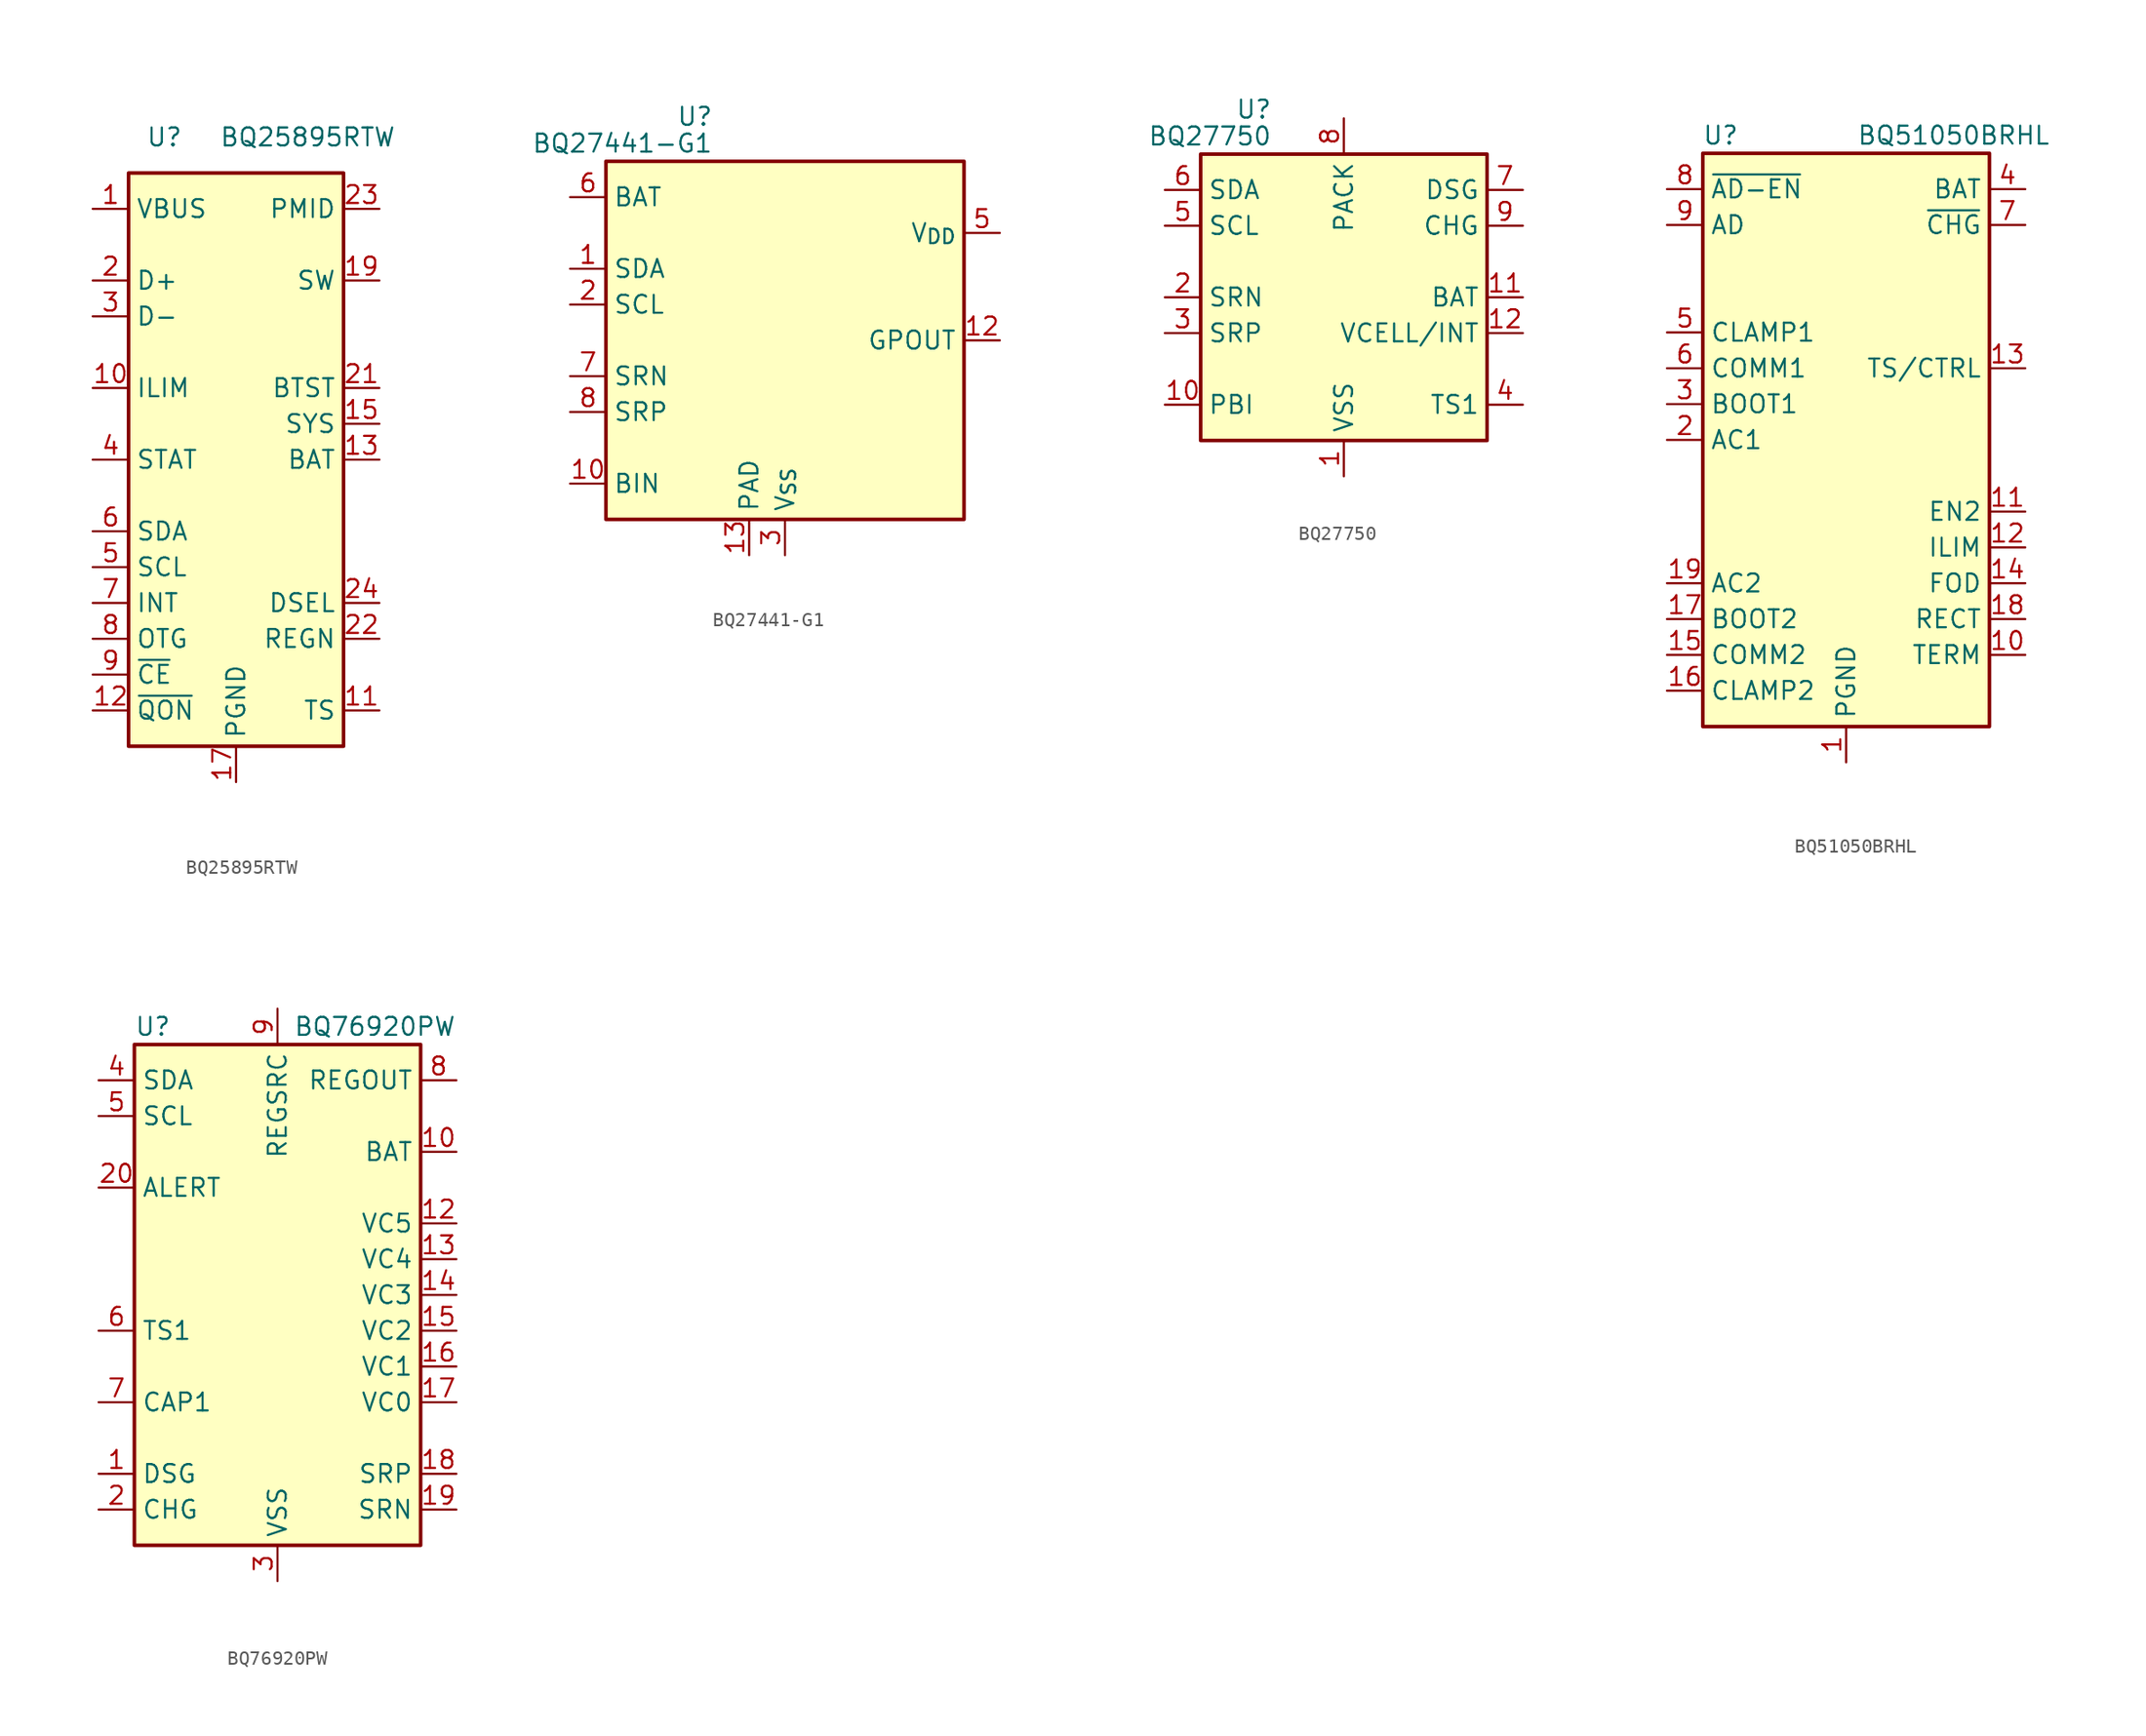
<source format=kicad_sym>
(kicad_symbol_lib
  (version 20241209)
  (generator "kicad_symbol_editor")
  (generator_version "9.0")
  (symbol "BQ25895RTW"
    (property "Reference" "U"
      (at -5.08 22.86 0)
      (effects (font (size 1.27 1.27))))
    (property "Value" "BQ25895RTW"
      (at 5.08 22.86 0)
      (effects (font (size 1.27 1.27))))
    (symbol "BQ25895RTW_0_1"
      (rectangle (start -7.62 20.32) (end 7.62 -20.32) (stroke (width 0.254) (type default)) (fill (type background))))
    (symbol "BQ25895RTW_1_1"
      (pin power_in line (at -10.16 17.78 0) (length 2.54) (name "VBUS" (effects (font (size 1.27 1.27)))) (number "1" (effects (font (size 1.27 1.27)))))
      (pin bidirectional line (at -10.16 12.7 0) (length 2.54) (name "D+" (effects (font (size 1.27 1.27)))) (number "2" (effects (font (size 1.27 1.27)))))
      (pin bidirectional line (at -10.16 10.16 0) (length 2.54) (name "D-" (effects (font (size 1.27 1.27)))) (number "3" (effects (font (size 1.27 1.27)))))
      (pin passive line (at -10.16 5.08 0) (length 2.54) (name "ILIM" (effects (font (size 1.27 1.27)))) (number "10" (effects (font (size 1.27 1.27)))))
      (pin open_collector line (at -10.16 0 0) (length 2.54) (name "STAT" (effects (font (size 1.27 1.27)))) (number "4" (effects (font (size 1.27 1.27)))))
      (pin bidirectional line (at -10.16 -5.08 0) (length 2.54) (name "SDA" (effects (font (size 1.27 1.27)))) (number "6" (effects (font (size 1.27 1.27)))))
      (pin input line (at -10.16 -7.62 0) (length 2.54) (name "SCL" (effects (font (size 1.27 1.27)))) (number "5" (effects (font (size 1.27 1.27)))))
      (pin open_collector line (at -10.16 -10.16 0) (length 2.54) (name "INT" (effects (font (size 1.27 1.27)))) (number "7" (effects (font (size 1.27 1.27)))))
      (pin input line (at -10.16 -12.7 0) (length 2.54) (name "OTG" (effects (font (size 1.27 1.27)))) (number "8" (effects (font (size 1.27 1.27)))))
      (pin input line (at -10.16 -15.24 0) (length 2.54) (name "~{CE}" (effects (font (size 1.27 1.27)))) (number "9" (effects (font (size 1.27 1.27)))))
      (pin input line (at -10.16 -17.78 0) (length 2.54) (name "~{QON}" (effects (font (size 1.27 1.27)))) (number "12" (effects (font (size 1.27 1.27)))))
      (pin power_in line (at 0 -22.86 90) (length 2.54) (name "PGND" (effects (font (size 1.27 1.27)))) (number "17" (effects (font (size 1.27 1.27)))))
      (pin passive line (at 0 -22.86 90) (length 2.54) (hide yes) (name "PGND" (effects (font (size 1.27 1.27)))) (number "18" (effects (font (size 1.27 1.27)))))
      (pin passive line (at 0 -22.86 90) (length 2.54) (hide yes) (name "PGND" (effects (font (size 1.27 1.27)))) (number "25" (effects (font (size 1.27 1.27)))))
      (pin power_out line (at 10.16 17.78 180) (length 2.54) (name "PMID" (effects (font (size 1.27 1.27)))) (number "23" (effects (font (size 1.27 1.27)))))
      (pin power_out line (at 10.16 12.7 180) (length 2.54) (name "SW" (effects (font (size 1.27 1.27)))) (number "19" (effects (font (size 1.27 1.27)))))
      (pin passive line (at 10.16 12.7 180) (length 2.54) (hide yes) (name "SW" (effects (font (size 1.27 1.27)))) (number "20" (effects (font (size 1.27 1.27)))))
      (pin passive line (at 10.16 5.08 180) (length 2.54) (name "BTST" (effects (font (size 1.27 1.27)))) (number "21" (effects (font (size 1.27 1.27)))))
      (pin passive line (at 10.16 2.54 180) (length 2.54) (name "SYS" (effects (font (size 1.27 1.27)))) (number "15" (effects (font (size 1.27 1.27)))))
      (pin passive line (at 10.16 2.54 180) (length 2.54) (hide yes) (name "SYS" (effects (font (size 1.27 1.27)))) (number "16" (effects (font (size 1.27 1.27)))))
      (pin passive line (at 10.16 0 180) (length 2.54) (name "BAT" (effects (font (size 1.27 1.27)))) (number "13" (effects (font (size 1.27 1.27)))))
      (pin passive line (at 10.16 0 180) (length 2.54) (hide yes) (name "BAT" (effects (font (size 1.27 1.27)))) (number "14" (effects (font (size 1.27 1.27)))))
      (pin open_collector line (at 10.16 -10.16 180) (length 2.54) (name "DSEL" (effects (font (size 1.27 1.27)))) (number "24" (effects (font (size 1.27 1.27)))))
      (pin passive line (at 10.16 -12.7 180) (length 2.54) (name "REGN" (effects (font (size 1.27 1.27)))) (number "22" (effects (font (size 1.27 1.27)))))
      (pin passive line (at 10.16 -17.78 180) (length 2.54) (name "TS" (effects (font (size 1.27 1.27)))) (number "11" (effects (font (size 1.27 1.27)))))))
  (symbol "BQ27441-G1"
    (property "Reference" "U"
      (at -5.08 15.875 0)
      (effects (font (size 1.27 1.27)) (justify right)))
    (property "Value" "BQ27441-G1"
      (at -5.08 13.97 0)
      (effects (font (size 1.27 1.27)) (justify right)))
    (symbol "BQ27441-G1_0_1"
      (rectangle (start -12.7 12.7) (end 12.7 -12.7) (stroke (width 0.254) (type default)) (fill (type background))))
    (symbol "BQ27441-G1_1_1"
      (pin power_in line (at -15.24 10.16 0) (length 2.54) (name "BAT" (effects (font (size 1.27 1.27)))) (number "6" (effects (font (size 1.27 1.27)))))
      (pin bidirectional line (at -15.24 5.08 0) (length 2.54) (name "SDA" (effects (font (size 1.27 1.27)))) (number "1" (effects (font (size 1.27 1.27)))))
      (pin input line (at -15.24 2.54 0) (length 2.54) (name "SCL" (effects (font (size 1.27 1.27)))) (number "2" (effects (font (size 1.27 1.27)))))
      (pin input line (at -15.24 -2.54 0) (length 2.54) (name "SRN" (effects (font (size 1.27 1.27)))) (number "7" (effects (font (size 1.27 1.27)))))
      (pin input line (at -15.24 -5.08 0) (length 2.54) (name "SRP" (effects (font (size 1.27 1.27)))) (number "8" (effects (font (size 1.27 1.27)))))
      (pin input line (at -15.24 -10.16 0) (length 2.54) (name "BIN" (effects (font (size 1.27 1.27)))) (number "10" (effects (font (size 1.27 1.27)))))
      (pin power_in line (at -2.54 -15.24 90) (length 2.54) (name "PAD" (effects (font (size 1.27 1.27)))) (number "13" (effects (font (size 1.27 1.27)))))
      (pin power_in line (at 0 -15.24 90) (length 2.54) (name "V_{SS}" (effects (font (size 1.27 1.27)))) (number "3" (effects (font (size 1.27 1.27)))))
      (pin no_connect line (at 10.16 -2.54 180) (length 2.54) (hide yes) (name "NC" (effects (font (size 1.27 1.27)))) (number "11" (effects (font (size 1.27 1.27)))))
      (pin no_connect line (at 10.16 -5.08 180) (length 2.54) (hide yes) (name "NC" (effects (font (size 1.27 1.27)))) (number "9" (effects (font (size 1.27 1.27)))))
      (pin no_connect line (at 10.16 -7.62 180) (length 2.54) (hide yes) (name "NC" (effects (font (size 1.27 1.27)))) (number "4" (effects (font (size 1.27 1.27)))))
      (pin power_out line (at 15.24 7.62 180) (length 2.54) (name "V_{DD}" (effects (font (size 1.27 1.27)))) (number "5" (effects (font (size 1.27 1.27)))))
      (pin output line (at 15.24 0 180) (length 2.54) (name "GPOUT" (effects (font (size 1.27 1.27)))) (number "12" (effects (font (size 1.27 1.27)))))))
  (symbol "BQ27750"
    (property "Reference" "U"
      (at -5.08 13.335 0)
      (effects (font (size 1.27 1.27)) (justify right)))
    (property "Value" "BQ27750"
      (at -5.08 11.43 0)
      (effects (font (size 1.27 1.27)) (justify right)))
    (symbol "BQ27750_0_1"
      (rectangle (start -10.16 10.16) (end 10.16 -10.16) (stroke (width 0.254) (type default)) (fill (type background))))
    (symbol "BQ27750_1_1"
      (pin bidirectional line (at -12.7 7.62 0) (length 2.54) (name "SDA" (effects (font (size 1.27 1.27)))) (number "6" (effects (font (size 1.27 1.27)))))
      (pin input line (at -12.7 5.08 0) (length 2.54) (name "SCL" (effects (font (size 1.27 1.27)))) (number "5" (effects (font (size 1.27 1.27)))))
      (pin input line (at -12.7 0 0) (length 2.54) (name "SRN" (effects (font (size 1.27 1.27)))) (number "2" (effects (font (size 1.27 1.27)))))
      (pin input line (at -12.7 -2.54 0) (length 2.54) (name "SRP" (effects (font (size 1.27 1.27)))) (number "3" (effects (font (size 1.27 1.27)))))
      (pin passive line (at -12.7 -7.62 0) (length 2.54) (name "PBI" (effects (font (size 1.27 1.27)))) (number "10" (effects (font (size 1.27 1.27)))))
      (pin input line (at 0 12.7 270) (length 2.54) (name "PACK" (effects (font (size 1.27 1.27)))) (number "8" (effects (font (size 1.27 1.27)))))
      (pin power_in line (at 0 -12.7 90) (length 2.54) (name "VSS" (effects (font (size 1.27 1.27)))) (number "1" (effects (font (size 1.27 1.27)))))
      (pin passive line (at 0 -12.7 90) (length 2.54) (hide yes) (name "VSS" (effects (font (size 1.27 1.27)))) (number "13" (effects (font (size 1.27 1.27)))))
      (pin output line (at 12.7 7.62 180) (length 2.54) (name "DSG" (effects (font (size 1.27 1.27)))) (number "7" (effects (font (size 1.27 1.27)))))
      (pin output line (at 12.7 5.08 180) (length 2.54) (name "CHG" (effects (font (size 1.27 1.27)))) (number "9" (effects (font (size 1.27 1.27)))))
      (pin input line (at 12.7 0 180) (length 2.54) (name "BAT" (effects (font (size 1.27 1.27)))) (number "11" (effects (font (size 1.27 1.27)))))
      (pin bidirectional line (at 12.7 -2.54 180) (length 2.54) (name "VCELL/INT" (effects (font (size 1.27 1.27)))) (number "12" (effects (font (size 1.27 1.27)))))
      (pin input line (at 12.7 -7.62 180) (length 2.54) (name "TS1" (effects (font (size 1.27 1.27)))) (number "4" (effects (font (size 1.27 1.27)))))))
  (symbol "BQ51050BRHL"
    (property "Reference" "U"
      (at -8.89 21.59 0)
      (effects (font (size 1.27 1.27))))
    (property "Value" "BQ51050BRHL"
      (at 7.62 21.59 0)
      (effects (font (size 1.27 1.27))))
    (symbol "BQ51050BRHL_0_1"
      (rectangle (start -10.16 -20.32) (end 10.16 20.32) (stroke (width 0.254) (type default)) (fill (type background))))
    (symbol "BQ51050BRHL_1_1"
      (pin output line (at -12.7 17.78 0) (length 2.54) (name "~{AD-EN}" (effects (font (size 1.27 1.27)))) (number "8" (effects (font (size 1.27 1.27)))))
      (pin input line (at -12.7 15.24 0) (length 2.54) (name "AD" (effects (font (size 1.27 1.27)))) (number "9" (effects (font (size 1.27 1.27)))))
      (pin open_collector line (at -12.7 7.62 0) (length 2.54) (name "CLAMP1" (effects (font (size 1.27 1.27)))) (number "5" (effects (font (size 1.27 1.27)))))
      (pin open_collector line (at -12.7 5.08 0) (length 2.54) (name "COMM1" (effects (font (size 1.27 1.27)))) (number "6" (effects (font (size 1.27 1.27)))))
      (pin passive line (at -12.7 2.54 0) (length 2.54) (name "BOOT1" (effects (font (size 1.27 1.27)))) (number "3" (effects (font (size 1.27 1.27)))))
      (pin input line (at -12.7 0 0) (length 2.54) (name "AC1" (effects (font (size 1.27 1.27)))) (number "2" (effects (font (size 1.27 1.27)))))
      (pin input line (at -12.7 -10.16 0) (length 2.54) (name "AC2" (effects (font (size 1.27 1.27)))) (number "19" (effects (font (size 1.27 1.27)))))
      (pin passive line (at -12.7 -12.7 0) (length 2.54) (name "BOOT2" (effects (font (size 1.27 1.27)))) (number "17" (effects (font (size 1.27 1.27)))))
      (pin open_collector line (at -12.7 -15.24 0) (length 2.54) (name "COMM2" (effects (font (size 1.27 1.27)))) (number "15" (effects (font (size 1.27 1.27)))))
      (pin open_collector line (at -12.7 -17.78 0) (length 2.54) (name "CLAMP2" (effects (font (size 1.27 1.27)))) (number "16" (effects (font (size 1.27 1.27)))))
      (pin power_in line (at 0 -22.86 90) (length 2.54) (name "PGND" (effects (font (size 1.27 1.27)))) (number "1" (effects (font (size 1.27 1.27)))))
      (pin passive line (at 0 -22.86 90) (length 2.54) (hide yes) (name "PGND" (effects (font (size 1.27 1.27)))) (number "20" (effects (font (size 1.27 1.27)))))
      (pin passive line (at 0 -22.86 90) (length 2.54) (hide yes) (name "PGND" (effects (font (size 1.27 1.27)))) (number "21" (effects (font (size 1.27 1.27)))))
      (pin power_out line (at 12.7 17.78 180) (length 2.54) (name "BAT" (effects (font (size 1.27 1.27)))) (number "4" (effects (font (size 1.27 1.27)))))
      (pin open_collector line (at 12.7 15.24 180) (length 2.54) (name "~{CHG}" (effects (font (size 1.27 1.27)))) (number "7" (effects (font (size 1.27 1.27)))))
      (pin input line (at 12.7 5.08 180) (length 2.54) (name "TS/CTRL" (effects (font (size 1.27 1.27)))) (number "13" (effects (font (size 1.27 1.27)))))
      (pin input line (at 12.7 -5.08 180) (length 2.54) (name "EN2" (effects (font (size 1.27 1.27)))) (number "11" (effects (font (size 1.27 1.27)))))
      (pin passive line (at 12.7 -7.62 180) (length 2.54) (name "ILIM" (effects (font (size 1.27 1.27)))) (number "12" (effects (font (size 1.27 1.27)))))
      (pin input line (at 12.7 -10.16 180) (length 2.54) (name "FOD" (effects (font (size 1.27 1.27)))) (number "14" (effects (font (size 1.27 1.27)))))
      (pin passive line (at 12.7 -12.7 180) (length 2.54) (name "RECT" (effects (font (size 1.27 1.27)))) (number "18" (effects (font (size 1.27 1.27)))))
      (pin input line (at 12.7 -15.24 180) (length 2.54) (name "TERM" (effects (font (size 1.27 1.27)))) (number "10" (effects (font (size 1.27 1.27)))))))
  (symbol "BQ76920PW"
    (property "Reference" "U"
      (at -10.16 19.05 0)
      (effects (font (size 1.27 1.27)) (justify left)))
    (property "Value" "BQ76920PW"
      (at 12.7 19.05 0)
      (effects (font (size 1.27 1.27)) (justify right)))
    (symbol "BQ76920PW_0_1"
      (rectangle (start -10.16 17.78) (end 10.16 -17.78) (stroke (width 0.254) (type default)) (fill (type background))))
    (symbol "BQ76920PW_1_0"
      (pin bidirectional line (at -12.7 7.62 0) (length 2.54) (name "ALERT" (effects (font (size 1.27 1.27)))) (number "20" (effects (font (size 1.27 1.27)))))
      (pin passive line (at -12.7 -2.54 0) (length 2.54) (name "TS1" (effects (font (size 1.27 1.27)))) (number "6" (effects (font (size 1.27 1.27)))))
      (pin passive line (at -12.7 -7.62 0) (length 2.54) (name "CAP1" (effects (font (size 1.27 1.27)))) (number "7" (effects (font (size 1.27 1.27)))))
      (pin no_connect line (at -2.54 -17.78 90) (length 2.54) (hide yes) (name "NC" (effects (font (size 1.27 1.27)))) (number "11" (effects (font (size 1.27 1.27)))))
      (pin power_in line (at 0 20.32 270) (length 2.54) (name "REGSRC" (effects (font (size 1.27 1.27)))) (number "9" (effects (font (size 1.27 1.27)))))
      (pin power_out line (at 12.7 15.24 180) (length 2.54) (name "REGOUT" (effects (font (size 1.27 1.27)))) (number "8" (effects (font (size 1.27 1.27)))))
      (pin input line (at 12.7 10.16 180) (length 2.54) (name "BAT" (effects (font (size 1.27 1.27)))) (number "10" (effects (font (size 1.27 1.27)))))
      (pin input line (at 12.7 5.08 180) (length 2.54) (name "VC5" (effects (font (size 1.27 1.27)))) (number "12" (effects (font (size 1.27 1.27)))))
      (pin input line (at 12.7 2.54 180) (length 2.54) (name "VC4" (effects (font (size 1.27 1.27)))) (number "13" (effects (font (size 1.27 1.27)))))
      (pin input line (at 12.7 0 180) (length 2.54) (name "VC3" (effects (font (size 1.27 1.27)))) (number "14" (effects (font (size 1.27 1.27)))))
      (pin input line (at 12.7 -2.54 180) (length 2.54) (name "VC2" (effects (font (size 1.27 1.27)))) (number "15" (effects (font (size 1.27 1.27)))))
      (pin input line (at 12.7 -5.08 180) (length 2.54) (name "VC1" (effects (font (size 1.27 1.27)))) (number "16" (effects (font (size 1.27 1.27)))))
      (pin input line (at 12.7 -7.62 180) (length 2.54) (name "VC0" (effects (font (size 1.27 1.27)))) (number "17" (effects (font (size 1.27 1.27)))))
      (pin input line (at 12.7 -12.7 180) (length 2.54) (name "SRP" (effects (font (size 1.27 1.27)))) (number "18" (effects (font (size 1.27 1.27)))))
      (pin input line (at 12.7 -15.24 180) (length 2.54) (name "SRN" (effects (font (size 1.27 1.27)))) (number "19" (effects (font (size 1.27 1.27))))))
    (symbol "BQ76920PW_1_1"
      (pin bidirectional line (at -12.7 15.24 0) (length 2.54) (name "SDA" (effects (font (size 1.27 1.27)))) (number "4" (effects (font (size 1.27 1.27)))))
      (pin input line (at -12.7 12.7 0) (length 2.54) (name "SCL" (effects (font (size 1.27 1.27)))) (number "5" (effects (font (size 1.27 1.27)))))
      (pin output line (at -12.7 -12.7 0) (length 2.54) (name "DSG" (effects (font (size 1.27 1.27)))) (number "1" (effects (font (size 1.27 1.27)))))
      (pin output line (at -12.7 -15.24 0) (length 2.54) (name "CHG" (effects (font (size 1.27 1.27)))) (number "2" (effects (font (size 1.27 1.27)))))
      (pin power_in line (at 0 -20.32 90) (length 2.54) (name "VSS" (effects (font (size 1.27 1.27)))) (number "3" (effects (font (size 1.27 1.27))))))))
</source>
